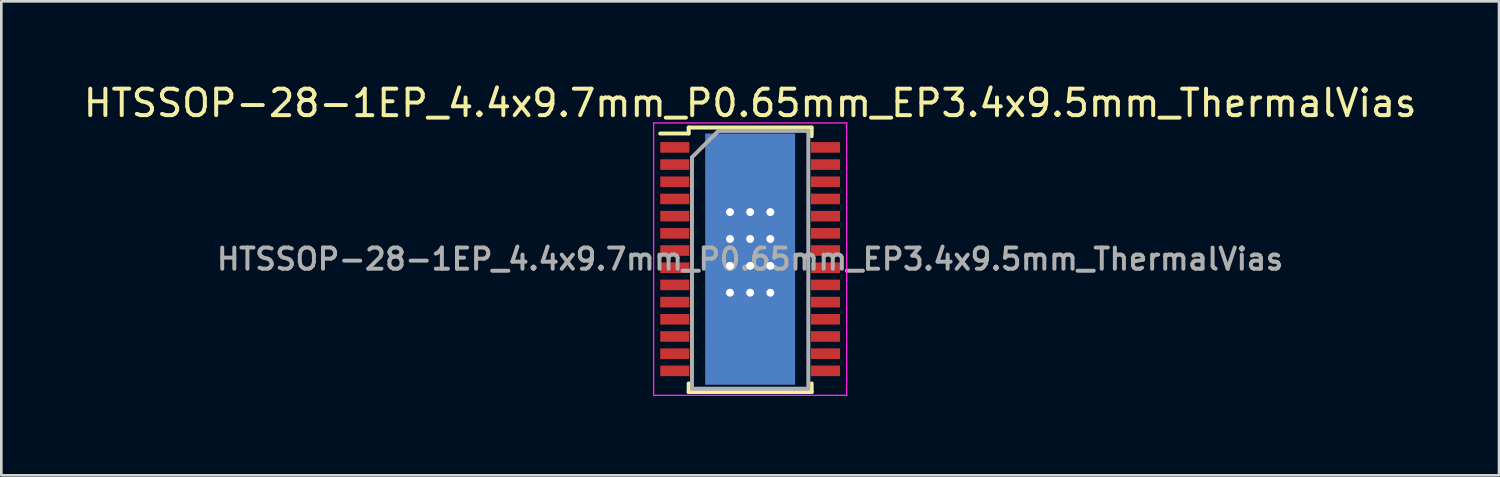
<source format=kicad_pcb>
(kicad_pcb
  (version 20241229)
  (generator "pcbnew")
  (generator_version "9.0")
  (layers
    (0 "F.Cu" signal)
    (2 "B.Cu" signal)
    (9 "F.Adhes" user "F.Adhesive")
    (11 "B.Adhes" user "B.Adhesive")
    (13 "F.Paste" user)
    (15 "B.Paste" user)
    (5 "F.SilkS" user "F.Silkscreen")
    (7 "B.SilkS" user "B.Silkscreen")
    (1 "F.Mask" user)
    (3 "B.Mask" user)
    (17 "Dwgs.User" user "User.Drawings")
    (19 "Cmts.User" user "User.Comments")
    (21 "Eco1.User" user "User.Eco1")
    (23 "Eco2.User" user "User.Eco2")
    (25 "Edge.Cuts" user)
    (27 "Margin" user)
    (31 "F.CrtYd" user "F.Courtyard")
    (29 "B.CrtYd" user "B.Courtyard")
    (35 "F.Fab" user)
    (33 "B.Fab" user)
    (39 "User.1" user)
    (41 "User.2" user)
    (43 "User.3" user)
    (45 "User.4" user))
  (footprint "HTSSOP-28-1EP_4.4x9.7mm_P0.65mm_EP3.4x9.5mm_ThermalVias"
    (layer "F.Cu")
    (at 25.315 6.748)
    (property "Reference" "HTSSOP-28-1EP_4.4x9.7mm_P0.65mm_EP3.4x9.5mm_ThermalVias" (at 0 -5.9 0) (layer "F.SilkS") (effects (font (size 1 1) (thickness 0.15))))
    (attr smd)
    (fp_line (start -2.325 -4.975) (end -2.325 -4.75) (stroke (width 0.15) (type solid)) (layer "F.SilkS"))
    (fp_line (start -2.325 -4.975) (end 2.325 -4.975) (stroke (width 0.15) (type solid)) (layer "F.SilkS"))
    (fp_line (start -2.325 -4.75) (end -3.4 -4.75) (stroke (width 0.15) (type solid)) (layer "F.SilkS"))
    (fp_line (start -2.325 5.026) (end -2.325 4.701) (stroke (width 0.15) (type solid)) (layer "F.SilkS"))
    (fp_line (start -2.325 5.026) (end 2.325 5.026) (stroke (width 0.15) (type solid)) (layer "F.SilkS"))
    (fp_line (start 2.325 -4.975) (end 2.325 -4.65) (stroke (width 0.15) (type solid)) (layer "F.SilkS"))
    (fp_line (start 2.325 5.026) (end 2.325 4.701) (stroke (width 0.15) (type solid)) (layer "F.SilkS"))
    (fp_line (start -3.65 -5.15) (end -3.65 5.15) (stroke (width 0.05) (type solid)) (layer "F.CrtYd"))
    (fp_line (start -3.65 -5.15) (end 3.65 -5.15) (stroke (width 0.05) (type solid)) (layer "F.CrtYd"))
    (fp_line (start -3.65 5.15) (end 3.65 5.15) (stroke (width 0.05) (type solid)) (layer "F.CrtYd"))
    (fp_line (start 3.65 -5.15) (end 3.65 5.15) (stroke (width 0.05) (type solid)) (layer "F.CrtYd"))
    (fp_line (start -2.2 -3.85) (end -1.2 -4.85) (stroke (width 0.15) (type solid)) (layer "F.Fab"))
    (fp_line (start -2.2 4.85) (end -2.2 -3.85) (stroke (width 0.15) (type solid)) (layer "F.Fab"))
    (fp_line (start -1.2 -4.85) (end 2.2 -4.85) (stroke (width 0.15) (type solid)) (layer "F.Fab"))
    (fp_line (start 2.2 -4.85) (end 2.2 4.85) (stroke (width 0.15) (type solid)) (layer "F.Fab"))
    (fp_line (start 2.2 4.901) (end -2.2 4.901) (stroke (width 0.15) (type solid)) (layer "F.Fab"))
    (fp_text user "${REFERENCE}" (at 0 0 0) (layer "F.Fab") (effects (font (size 0.8 0.8) (thickness 0.15))))
    (pad "" smd rect (at -0.85 -3.56) (size 1.4 1.4) (layers "F.Paste"))
    (pad "" smd rect (at -0.85 -1.78) (size 1.4 1.4) (layers "F.Paste"))
    (pad "" smd rect (at -0.85 0) (size 1.4 1.4) (layers "F.Paste"))
    (pad "" smd rect (at -0.85 1.78) (size 1.4 1.4) (layers "F.Paste"))
    (pad "" smd rect (at -0.85 3.56) (size 1.4 1.4) (layers "F.Paste"))
    (pad "" smd rect (at 0.85 -3.56) (size 1.4 1.4) (layers "F.Paste"))
    (pad "" smd rect (at 0.85 -1.78) (size 1.4 1.4) (layers "F.Paste"))
    (pad "" smd rect (at 0.85 0) (size 1.4 1.4) (layers "F.Paste"))
    (pad "" smd rect (at 0.85 1.78) (size 1.4 1.4) (layers "F.Paste"))
    (pad "" smd rect (at 0.85 3.56) (size 1.4 1.4) (layers "F.Paste"))
    (pad "1" smd rect (at -2.85 -4.225) (size 1.1 0.4) (layers "F.Cu" "F.Mask" "F.Paste"))
    (pad "2" smd rect (at -2.85 -3.575) (size 1.1 0.4) (layers "F.Cu" "F.Mask" "F.Paste"))
    (pad "3" smd rect (at -2.85 -2.925) (size 1.1 0.4) (layers "F.Cu" "F.Mask" "F.Paste"))
    (pad "4" smd rect (at -2.85 -2.275) (size 1.1 0.4) (layers "F.Cu" "F.Mask" "F.Paste"))
    (pad "5" smd rect (at -2.85 -1.625) (size 1.1 0.4) (layers "F.Cu" "F.Mask" "F.Paste"))
    (pad "6" smd rect (at -2.85 -0.975) (size 1.1 0.4) (layers "F.Cu" "F.Mask" "F.Paste"))
    (pad "7" smd rect (at -2.85 -0.325) (size 1.1 0.4) (layers "F.Cu" "F.Mask" "F.Paste"))
    (pad "8" smd rect (at -2.85 0.325) (size 1.1 0.4) (layers "F.Cu" "F.Mask" "F.Paste"))
    (pad "9" smd rect (at -2.85 0.975) (size 1.1 0.4) (layers "F.Cu" "F.Mask" "F.Paste"))
    (pad "10" smd rect (at -2.85 1.625) (size 1.1 0.4) (layers "F.Cu" "F.Mask" "F.Paste"))
    (pad "11" smd rect (at -2.85 2.275) (size 1.1 0.4) (layers "F.Cu" "F.Mask" "F.Paste"))
    (pad "12" smd rect (at -2.85 2.925) (size 1.1 0.4) (layers "F.Cu" "F.Mask" "F.Paste"))
    (pad "13" smd rect (at -2.85 3.575) (size 1.1 0.4) (layers "F.Cu" "F.Mask" "F.Paste"))
    (pad "14" smd rect (at -2.85 4.225) (size 1.1 0.4) (layers "F.Cu" "F.Mask" "F.Paste"))
    (pad "15" smd rect (at 2.85 4.225) (size 1.1 0.4) (layers "F.Cu" "F.Mask" "F.Paste"))
    (pad "16" smd rect (at 2.85 3.575) (size 1.1 0.4) (layers "F.Cu" "F.Mask" "F.Paste"))
    (pad "17" smd rect (at 2.85 2.925) (size 1.1 0.4) (layers "F.Cu" "F.Mask" "F.Paste"))
    (pad "18" smd rect (at 2.85 2.275) (size 1.1 0.4) (layers "F.Cu" "F.Mask" "F.Paste"))
    (pad "19" smd rect (at 2.85 1.625) (size 1.1 0.4) (layers "F.Cu" "F.Mask" "F.Paste"))
    (pad "20" smd rect (at 2.85 0.975) (size 1.1 0.4) (layers "F.Cu" "F.Mask" "F.Paste"))
    (pad "21" smd rect (at 2.85 0.325) (size 1.1 0.4) (layers "F.Cu" "F.Mask" "F.Paste"))
    (pad "22" smd rect (at 2.85 -0.325) (size 1.1 0.4) (layers "F.Cu" "F.Mask" "F.Paste"))
    (pad "23" smd rect (at 2.85 -0.975) (size 1.1 0.4) (layers "F.Cu" "F.Mask" "F.Paste"))
    (pad "24" smd rect (at 2.85 -1.625) (size 1.1 0.4) (layers "F.Cu" "F.Mask" "F.Paste"))
    (pad "25" smd rect (at 2.85 -2.275) (size 1.1 0.4) (layers "F.Cu" "F.Mask" "F.Paste"))
    (pad "26" smd rect (at 2.85 -2.925) (size 1.1 0.4) (layers "F.Cu" "F.Mask" "F.Paste"))
    (pad "27" smd rect (at 2.85 -3.575) (size 1.1 0.4) (layers "F.Cu" "F.Mask" "F.Paste"))
    (pad "28" smd rect (at 2.85 -4.225) (size 1.1 0.4) (layers "F.Cu" "F.Mask" "F.Paste"))
    (pad "29" thru_hole circle (at -0.762 -1.778) (size 0.6 0.6) (drill 0.3) (layers "*.Cu"))
    (pad "29" thru_hole circle (at -0.762 -0.762) (size 0.6 0.6) (drill 0.3) (layers "*.Cu"))
    (pad "29" thru_hole circle (at -0.762 0.254) (size 0.6 0.6) (drill 0.3) (layers "*.Cu"))
    (pad "29" thru_hole circle (at -0.762 1.27) (size 0.6 0.6) (drill 0.3) (layers "*.Cu"))
    (pad "29" thru_hole circle (at 0 -1.778) (size 0.6 0.6) (drill 0.3) (layers "*.Cu"))
    (pad "29" thru_hole circle (at 0 -0.762) (size 0.6 0.6) (drill 0.3) (layers "*.Cu"))
    (pad "29" smd rect (at 0 0) (size 2.9 5.5) (layers "F.Cu" "F.Mask"))
    (pad "29" smd rect (at 0 0) (size 3.4 9.5) (layers "B.Cu"))
    (pad "29" thru_hole circle (at 0 0.254) (size 0.6 0.6) (drill 0.3) (layers "*.Cu"))
    (pad "29" thru_hole circle (at 0 1.27) (size 0.6 0.6) (drill 0.3) (layers "*.Cu"))
    (pad "29" thru_hole circle (at 0.762 -1.778) (size 0.6 0.6) (drill 0.3) (layers "*.Cu"))
    (pad "29" thru_hole circle (at 0.762 -0.762) (size 0.6 0.6) (drill 0.3) (layers "*.Cu"))
    (pad "29" thru_hole circle (at 0.762 0.254) (size 0.6 0.6) (drill 0.3) (layers "*.Cu"))
    (pad "29" thru_hole circle (at 0.762 1.27) (size 0.6 0.6) (drill 0.3) (layers "*.Cu")))
  (gr_rect
    (start -3 -3)
    (end 53.631 14.923)
    (stroke (width 0.1) (type default))
    (fill no)
    (layer "Edge.Cuts")))
</source>
